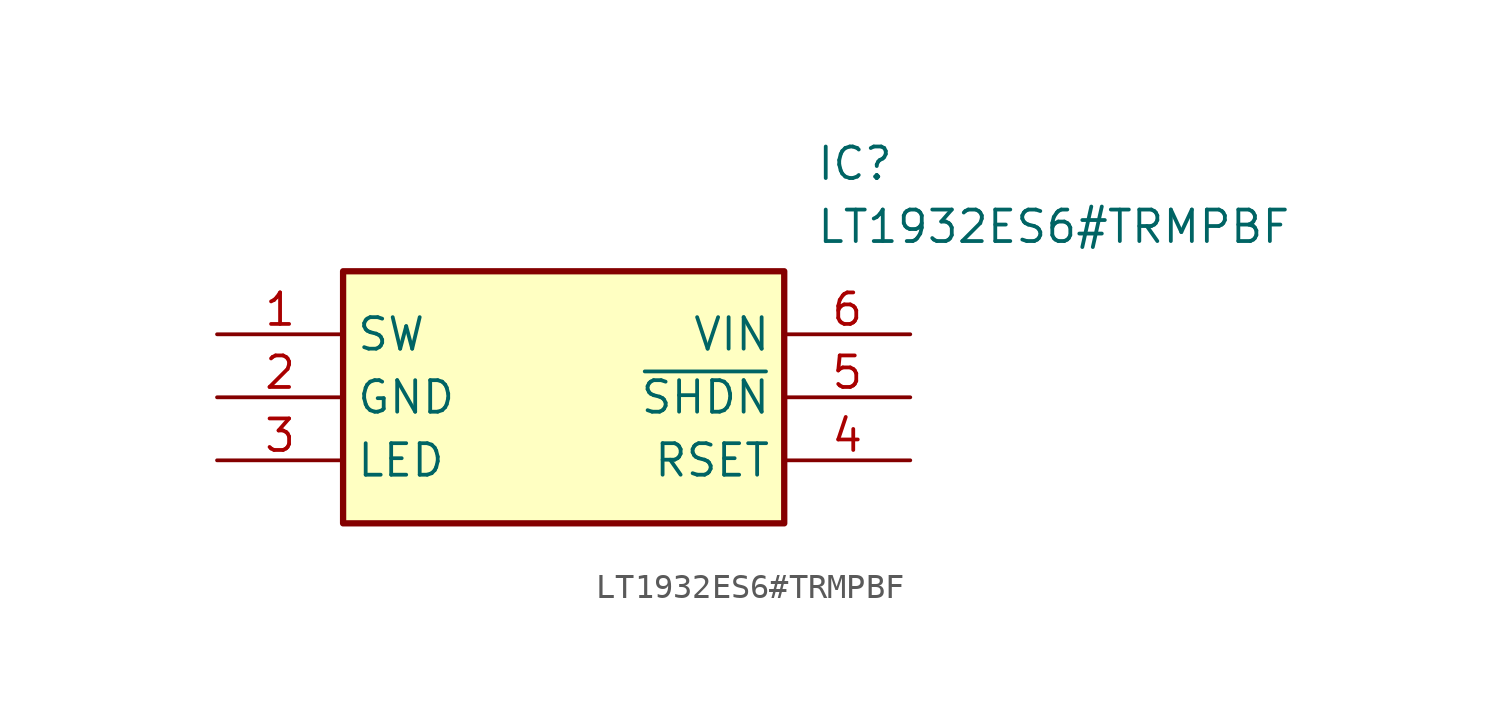
<source format=kicad_sym>
(kicad_symbol_lib
  (version 20220914)
  (generator kicad_symbol_editor)
  (symbol "LT1932ES6#TRMPBF"
    (property "Reference" "IC"
      (at 24.13 7.62 0)
      (effects (font (size 1.27 1.27)) (justify left top)))
    (property "Value" "LT1932ES6#TRMPBF"
      (at 24.13 5.08 0)
      (effects (font (size 1.27 1.27)) (justify left top)))
    (symbol "LT1932ES6#TRMPBF_1_1"
      (rectangle (start 5.08 2.54) (end 22.86 -7.62) (stroke (width 0.254) (type default)) (fill (type background)))
      (pin passive line (at 0 0 0) (length 5.08) (name "SW" (effects (font (size 1.27 1.27)))) (number "1" (effects (font (size 1.27 1.27)))))
      (pin passive line (at 0 -2.54 0) (length 5.08) (name "GND" (effects (font (size 1.27 1.27)))) (number "2" (effects (font (size 1.27 1.27)))))
      (pin passive line (at 0 -5.08 0) (length 5.08) (name "LED" (effects (font (size 1.27 1.27)))) (number "3" (effects (font (size 1.27 1.27)))))
      (pin passive line (at 27.94 -5.08 180) (length 5.08) (name "RSET" (effects (font (size 1.27 1.27)))) (number "4" (effects (font (size 1.27 1.27)))))
      (pin passive line (at 27.94 -2.54 180) (length 5.08) (name "~{SHDN}" (effects (font (size 1.27 1.27)))) (number "5" (effects (font (size 1.27 1.27)))))
      (pin passive line (at 27.94 0 180) (length 5.08) (name "VIN" (effects (font (size 1.27 1.27)))) (number "6" (effects (font (size 1.27 1.27))))))))
</source>
